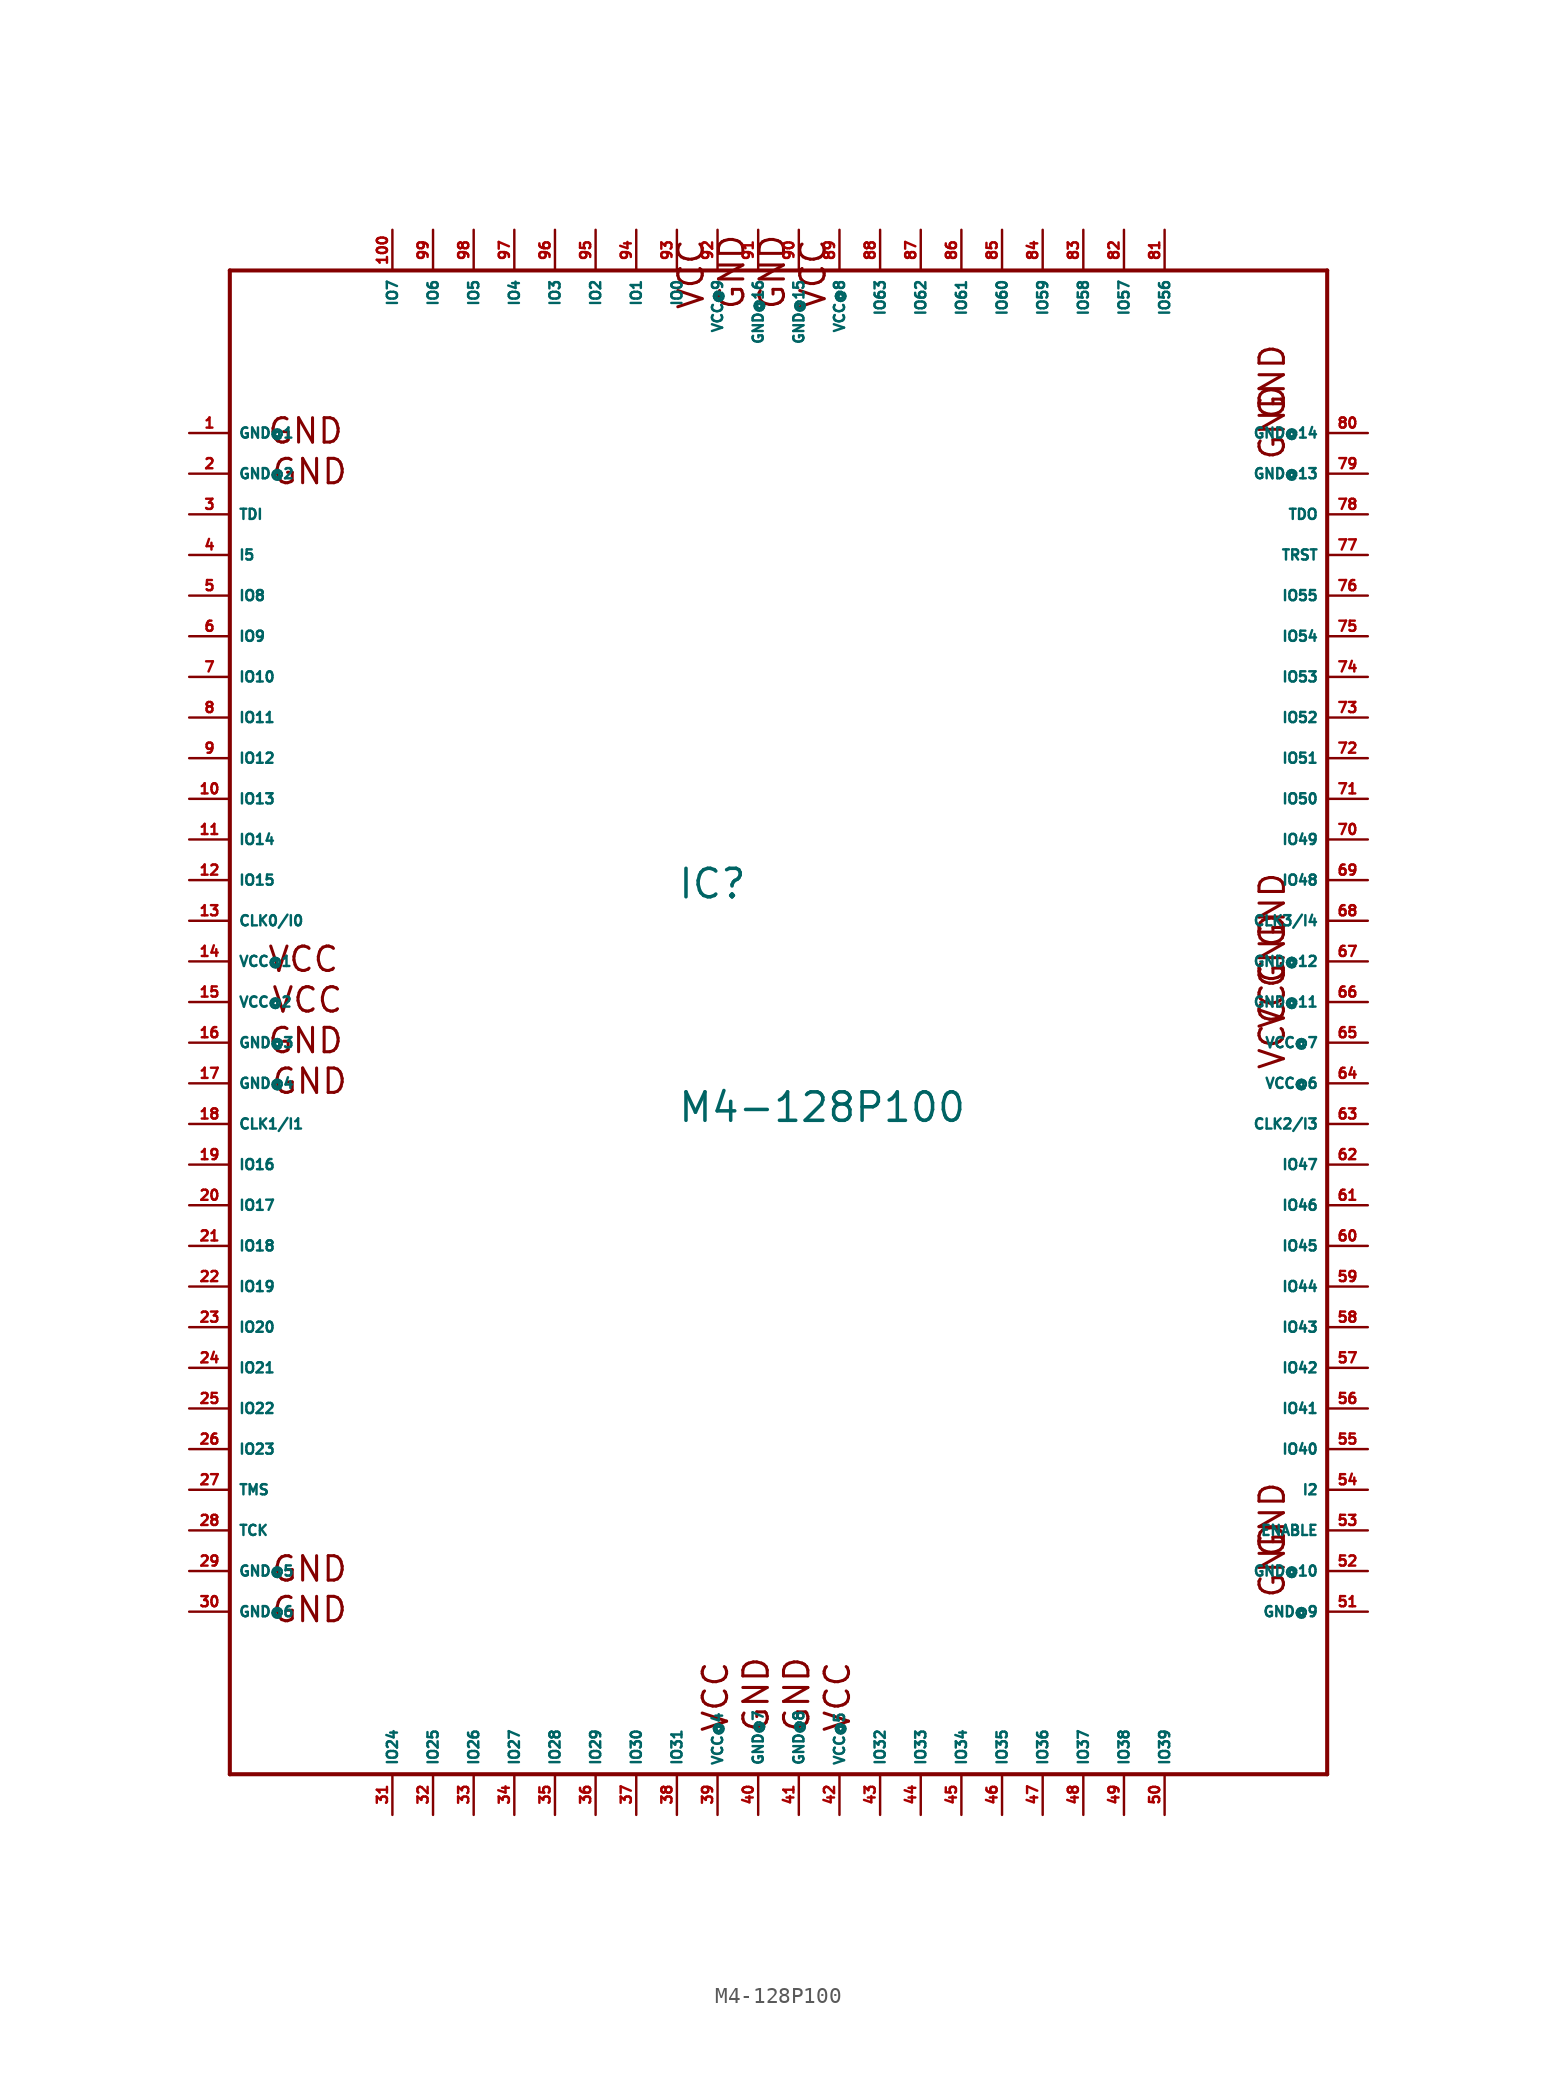
<source format=kicad_sym>
(kicad_symbol_lib
  (version 20220914)
  (generator Eagle2Kicad)
  (symbol "M4-128P100"
    (property "Reference" "IC"
      (at -5.08 6.35 0)
      (effects (font (size 1.778 1.778) (thickness 0.22)) (justify left bottom)))
    (property "Value" "M4-128P100"
      (at -5.08 -7.62 0)
      (effects (font (size 1.778 1.778) (thickness 0.22)) (justify left bottom)))
    (polyline
      (pts (xy -33.02 45.72) (xy -33.02 -48.26))
      (stroke (width 0.254) (type default))
      (fill (type none)))
    (polyline
      (pts (xy -33.02 -48.26) (xy 35.56 -48.26))
      (stroke (width 0.254) (type default))
      (fill (type none)))
    (polyline
      (pts (xy 35.56 -48.26) (xy 35.56 45.72))
      (stroke (width 0.254) (type default))
      (fill (type none)))
    (polyline
      (pts (xy 35.56 45.72) (xy -33.02 45.72))
      (stroke (width 0.254) (type default))
      (fill (type none)))
    (text "GND"
      (at -30.734 34.798 0)
      (effects (font (size 1.524 1.524) (thickness 0.19)) (justify left bottom)))
    (text "GND"
      (at -30.734 -3.302 0)
      (effects (font (size 1.524 1.524) (thickness 0.19)) (justify left bottom)))
    (text "GND"
      (at -30.48 32.258 0)
      (effects (font (size 1.524 1.524) (thickness 0.19)) (justify left bottom)))
    (text "GND"
      (at -30.48 -5.842 0)
      (effects (font (size 1.524 1.524) (thickness 0.19)) (justify left bottom)))
    (text "VCC"
      (at -30.48 -0.762 0)
      (effects (font (size 1.524 1.524) (thickness 0.19)) (justify left bottom)))
    (text "VCC"
      (at -30.734 1.778 0)
      (effects (font (size 1.524 1.524) (thickness 0.19)) (justify left bottom)))
    (text "GND"
      (at -30.48 -36.322 0)
      (effects (font (size 1.524 1.524) (thickness 0.19)) (justify left bottom)))
    (text "GND"
      (at -30.48 -38.862 0)
      (effects (font (size 1.524 1.524) (thickness 0.19)) (justify left bottom)))
    (text "GND"
      (at 0.762 -45.72 900)
      (effects (font (size 1.524 1.524) (thickness 0.19)) (justify left bottom)))
    (text "VCC"
      (at -1.778 -45.72 900)
      (effects (font (size 1.524 1.524) (thickness 0.19)) (justify left bottom)))
    (text "GND"
      (at 33.02 -37.338 1800)
      (effects (font (size 1.524 1.524) (thickness 0.19)) (justify left bottom)))
    (text "GND"
      (at 3.302 -45.72 900)
      (effects (font (size 1.524 1.524) (thickness 0.19)) (justify left bottom)))
    (text "VCC"
      (at 5.842 -45.72 900)
      (effects (font (size 1.524 1.524) (thickness 0.19)) (justify left bottom)))
    (text "GND"
      (at 33.02 -34.798 1800)
      (effects (font (size 1.524 1.524) (thickness 0.19)) (justify left bottom)))
    (text "VCC"
      (at 33.02 -4.318 1800)
      (effects (font (size 1.524 1.524) (thickness 0.19)) (justify left bottom)))
    (text "VCC"
      (at 33.02 -1.778 1800)
      (effects (font (size 1.524 1.524) (thickness 0.19)) (justify left bottom)))
    (text "GND"
      (at 33.02 0.762 1800)
      (effects (font (size 1.524 1.524) (thickness 0.19)) (justify left bottom)))
    (text "GND"
      (at 33.02 3.302 1800)
      (effects (font (size 1.524 1.524) (thickness 0.19)) (justify left bottom)))
    (text "GND"
      (at 33.02 33.782 1800)
      (effects (font (size 1.524 1.524) (thickness 0.19)) (justify left bottom)))
    (text "GND"
      (at 33.02 36.322 1800)
      (effects (font (size 1.524 1.524) (thickness 0.19)) (justify left bottom)))
    (text "GND"
      (at 1.778 43.18 2700)
      (effects (font (size 1.524 1.524) (thickness 0.19)) (justify left bottom)))
    (text "VCC"
      (at 4.318 43.18 2700)
      (effects (font (size 1.524 1.524) (thickness 0.19)) (justify left bottom)))
    (text "GND"
      (at -0.762 43.18 2700)
      (effects (font (size 1.524 1.524) (thickness 0.19)) (justify left bottom)))
    (text "VCC"
      (at -3.302 43.18 2700)
      (effects (font (size 1.524 1.524) (thickness 0.19)) (justify left bottom)))
    (pin input line
      (at -35.56 5.08 0)
      (length 2.54)
      (name "CLK0/I0" (effects (font (size 0.635 0.635) (thickness 0.08)) (justify left bottom)))
      (number "13" (effects (font (size 0.635 0.635) (thickness 0.08)) (justify left bottom))))
    (pin input line
      (at -35.56 -7.62 0)
      (length 2.54)
      (name "CLK1/I1" (effects (font (size 0.635 0.635) (thickness 0.08)) (justify left bottom)))
      (number "18" (effects (font (size 0.635 0.635) (thickness 0.08)) (justify left bottom))))
    (pin input line
      (at -35.56 30.48 0)
      (length 2.54)
      (name "TDI" (effects (font (size 0.635 0.635) (thickness 0.08)) (justify left bottom)))
      (number "3" (effects (font (size 0.635 0.635) (thickness 0.08)) (justify left bottom))))
    (pin input line
      (at -35.56 -33.02 0)
      (length 2.54)
      (name "TCK" (effects (font (size 0.635 0.635) (thickness 0.08)) (justify left bottom)))
      (number "28" (effects (font (size 0.635 0.635) (thickness 0.08)) (justify left bottom))))
    (pin input line
      (at -35.56 -30.48 0)
      (length 2.54)
      (name "TMS" (effects (font (size 0.635 0.635) (thickness 0.08)) (justify left bottom)))
      (number "27" (effects (font (size 0.635 0.635) (thickness 0.08)) (justify left bottom))))
    (pin output line
      (at 38.1 30.48 180)
      (length 2.54)
      (name "TDO" (effects (font (size 0.635 0.635) (thickness 0.08)) (justify left bottom)))
      (number "78" (effects (font (size 0.635 0.635) (thickness 0.08)) (justify left bottom))))
    (pin bidirectional line
      (at -5.08 48.26 270)
      (length 2.54)
      (name "IO0" (effects (font (size 0.635 0.635) (thickness 0.08)) (justify left bottom)))
      (number "93" (effects (font (size 0.635 0.635) (thickness 0.08)) (justify left bottom))))
    (pin bidirectional line
      (at -7.62 48.26 270)
      (length 2.54)
      (name "IO1" (effects (font (size 0.635 0.635) (thickness 0.08)) (justify left bottom)))
      (number "94" (effects (font (size 0.635 0.635) (thickness 0.08)) (justify left bottom))))
    (pin bidirectional line
      (at -10.16 48.26 270)
      (length 2.54)
      (name "IO2" (effects (font (size 0.635 0.635) (thickness 0.08)) (justify left bottom)))
      (number "95" (effects (font (size 0.635 0.635) (thickness 0.08)) (justify left bottom))))
    (pin bidirectional line
      (at -12.7 48.26 270)
      (length 2.54)
      (name "IO3" (effects (font (size 0.635 0.635) (thickness 0.08)) (justify left bottom)))
      (number "96" (effects (font (size 0.635 0.635) (thickness 0.08)) (justify left bottom))))
    (pin bidirectional line
      (at -15.24 48.26 270)
      (length 2.54)
      (name "IO4" (effects (font (size 0.635 0.635) (thickness 0.08)) (justify left bottom)))
      (number "97" (effects (font (size 0.635 0.635) (thickness 0.08)) (justify left bottom))))
    (pin bidirectional line
      (at -17.78 48.26 270)
      (length 2.54)
      (name "IO5" (effects (font (size 0.635 0.635) (thickness 0.08)) (justify left bottom)))
      (number "98" (effects (font (size 0.635 0.635) (thickness 0.08)) (justify left bottom))))
    (pin bidirectional line
      (at -20.32 48.26 270)
      (length 2.54)
      (name "IO6" (effects (font (size 0.635 0.635) (thickness 0.08)) (justify left bottom)))
      (number "99" (effects (font (size 0.635 0.635) (thickness 0.08)) (justify left bottom))))
    (pin bidirectional line
      (at -22.86 48.26 270)
      (length 2.54)
      (name "IO7" (effects (font (size 0.635 0.635) (thickness 0.08)) (justify left bottom)))
      (number "100" (effects (font (size 0.635 0.635) (thickness 0.08)) (justify left bottom))))
    (pin bidirectional line
      (at -35.56 25.4 0)
      (length 2.54)
      (name "IO8" (effects (font (size 0.635 0.635) (thickness 0.08)) (justify left bottom)))
      (number "5" (effects (font (size 0.635 0.635) (thickness 0.08)) (justify left bottom))))
    (pin bidirectional line
      (at -35.56 22.86 0)
      (length 2.54)
      (name "IO9" (effects (font (size 0.635 0.635) (thickness 0.08)) (justify left bottom)))
      (number "6" (effects (font (size 0.635 0.635) (thickness 0.08)) (justify left bottom))))
    (pin bidirectional line
      (at -35.56 20.32 0)
      (length 2.54)
      (name "IO10" (effects (font (size 0.635 0.635) (thickness 0.08)) (justify left bottom)))
      (number "7" (effects (font (size 0.635 0.635) (thickness 0.08)) (justify left bottom))))
    (pin bidirectional line
      (at -35.56 17.78 0)
      (length 2.54)
      (name "IO11" (effects (font (size 0.635 0.635) (thickness 0.08)) (justify left bottom)))
      (number "8" (effects (font (size 0.635 0.635) (thickness 0.08)) (justify left bottom))))
    (pin bidirectional line
      (at -35.56 15.24 0)
      (length 2.54)
      (name "IO12" (effects (font (size 0.635 0.635) (thickness 0.08)) (justify left bottom)))
      (number "9" (effects (font (size 0.635 0.635) (thickness 0.08)) (justify left bottom))))
    (pin bidirectional line
      (at -35.56 12.7 0)
      (length 2.54)
      (name "IO13" (effects (font (size 0.635 0.635) (thickness 0.08)) (justify left bottom)))
      (number "10" (effects (font (size 0.635 0.635) (thickness 0.08)) (justify left bottom))))
    (pin bidirectional line
      (at -35.56 10.16 0)
      (length 2.54)
      (name "IO14" (effects (font (size 0.635 0.635) (thickness 0.08)) (justify left bottom)))
      (number "11" (effects (font (size 0.635 0.635) (thickness 0.08)) (justify left bottom))))
    (pin bidirectional line
      (at -35.56 7.62 0)
      (length 2.54)
      (name "IO15" (effects (font (size 0.635 0.635) (thickness 0.08)) (justify left bottom)))
      (number "12" (effects (font (size 0.635 0.635) (thickness 0.08)) (justify left bottom))))
    (pin bidirectional line
      (at -35.56 -10.16 0)
      (length 2.54)
      (name "IO16" (effects (font (size 0.635 0.635) (thickness 0.08)) (justify left bottom)))
      (number "19" (effects (font (size 0.635 0.635) (thickness 0.08)) (justify left bottom))))
    (pin bidirectional line
      (at -35.56 -12.7 0)
      (length 2.54)
      (name "IO17" (effects (font (size 0.635 0.635) (thickness 0.08)) (justify left bottom)))
      (number "20" (effects (font (size 0.635 0.635) (thickness 0.08)) (justify left bottom))))
    (pin bidirectional line
      (at -35.56 -15.24 0)
      (length 2.54)
      (name "IO18" (effects (font (size 0.635 0.635) (thickness 0.08)) (justify left bottom)))
      (number "21" (effects (font (size 0.635 0.635) (thickness 0.08)) (justify left bottom))))
    (pin bidirectional line
      (at -35.56 -17.78 0)
      (length 2.54)
      (name "IO19" (effects (font (size 0.635 0.635) (thickness 0.08)) (justify left bottom)))
      (number "22" (effects (font (size 0.635 0.635) (thickness 0.08)) (justify left bottom))))
    (pin bidirectional line
      (at -35.56 -20.32 0)
      (length 2.54)
      (name "IO20" (effects (font (size 0.635 0.635) (thickness 0.08)) (justify left bottom)))
      (number "23" (effects (font (size 0.635 0.635) (thickness 0.08)) (justify left bottom))))
    (pin bidirectional line
      (at -35.56 -22.86 0)
      (length 2.54)
      (name "IO21" (effects (font (size 0.635 0.635) (thickness 0.08)) (justify left bottom)))
      (number "24" (effects (font (size 0.635 0.635) (thickness 0.08)) (justify left bottom))))
    (pin bidirectional line
      (at -35.56 -25.4 0)
      (length 2.54)
      (name "IO22" (effects (font (size 0.635 0.635) (thickness 0.08)) (justify left bottom)))
      (number "25" (effects (font (size 0.635 0.635) (thickness 0.08)) (justify left bottom))))
    (pin bidirectional line
      (at -35.56 -27.94 0)
      (length 2.54)
      (name "IO23" (effects (font (size 0.635 0.635) (thickness 0.08)) (justify left bottom)))
      (number "26" (effects (font (size 0.635 0.635) (thickness 0.08)) (justify left bottom))))
    (pin bidirectional line
      (at -22.86 -50.8 90)
      (length 2.54)
      (name "IO24" (effects (font (size 0.635 0.635) (thickness 0.08)) (justify left bottom)))
      (number "31" (effects (font (size 0.635 0.635) (thickness 0.08)) (justify left bottom))))
    (pin bidirectional line
      (at -20.32 -50.8 90)
      (length 2.54)
      (name "IO25" (effects (font (size 0.635 0.635) (thickness 0.08)) (justify left bottom)))
      (number "32" (effects (font (size 0.635 0.635) (thickness 0.08)) (justify left bottom))))
    (pin bidirectional line
      (at -17.78 -50.8 90)
      (length 2.54)
      (name "IO26" (effects (font (size 0.635 0.635) (thickness 0.08)) (justify left bottom)))
      (number "33" (effects (font (size 0.635 0.635) (thickness 0.08)) (justify left bottom))))
    (pin bidirectional line
      (at -15.24 -50.8 90)
      (length 2.54)
      (name "IO27" (effects (font (size 0.635 0.635) (thickness 0.08)) (justify left bottom)))
      (number "34" (effects (font (size 0.635 0.635) (thickness 0.08)) (justify left bottom))))
    (pin bidirectional line
      (at -12.7 -50.8 90)
      (length 2.54)
      (name "IO28" (effects (font (size 0.635 0.635) (thickness 0.08)) (justify left bottom)))
      (number "35" (effects (font (size 0.635 0.635) (thickness 0.08)) (justify left bottom))))
    (pin bidirectional line
      (at -10.16 -50.8 90)
      (length 2.54)
      (name "IO29" (effects (font (size 0.635 0.635) (thickness 0.08)) (justify left bottom)))
      (number "36" (effects (font (size 0.635 0.635) (thickness 0.08)) (justify left bottom))))
    (pin bidirectional line
      (at -7.62 -50.8 90)
      (length 2.54)
      (name "IO30" (effects (font (size 0.635 0.635) (thickness 0.08)) (justify left bottom)))
      (number "37" (effects (font (size 0.635 0.635) (thickness 0.08)) (justify left bottom))))
    (pin bidirectional line
      (at -5.08 -50.8 90)
      (length 2.54)
      (name "IO31" (effects (font (size 0.635 0.635) (thickness 0.08)) (justify left bottom)))
      (number "38" (effects (font (size 0.635 0.635) (thickness 0.08)) (justify left bottom))))
    (pin unspecified line
      (at -35.56 35.56 0)
      (length 2.54)
      (name "GND@1" (effects (font (size 0.635 0.635) (thickness 0.08)) (justify left bottom)))
      (number "1" (effects (font (size 0.635 0.635) (thickness 0.08)) (justify left bottom))))
    (pin unspecified line
      (at -35.56 33.02 0)
      (length 2.54)
      (name "GND@2" (effects (font (size 0.635 0.635) (thickness 0.08)) (justify left bottom)))
      (number "2" (effects (font (size 0.635 0.635) (thickness 0.08)) (justify left bottom))))
    (pin unspecified line
      (at -35.56 -2.54 0)
      (length 2.54)
      (name "GND@3" (effects (font (size 0.635 0.635) (thickness 0.08)) (justify left bottom)))
      (number "16" (effects (font (size 0.635 0.635) (thickness 0.08)) (justify left bottom))))
    (pin unspecified line
      (at -35.56 -5.08 0)
      (length 2.54)
      (name "GND@4" (effects (font (size 0.635 0.635) (thickness 0.08)) (justify left bottom)))
      (number "17" (effects (font (size 0.635 0.635) (thickness 0.08)) (justify left bottom))))
    (pin unspecified line
      (at -35.56 2.54 0)
      (length 2.54)
      (name "VCC@1" (effects (font (size 0.635 0.635) (thickness 0.08)) (justify left bottom)))
      (number "14" (effects (font (size 0.635 0.635) (thickness 0.08)) (justify left bottom))))
    (pin unspecified line
      (at -35.56 0 0)
      (length 2.54)
      (name "VCC@2" (effects (font (size 0.635 0.635) (thickness 0.08)) (justify left bottom)))
      (number "15" (effects (font (size 0.635 0.635) (thickness 0.08)) (justify left bottom))))
    (pin input line
      (at -35.56 27.94 0)
      (length 2.54)
      (name "I5" (effects (font (size 0.635 0.635) (thickness 0.08)) (justify left bottom)))
      (number "4" (effects (font (size 0.635 0.635) (thickness 0.08)) (justify left bottom))))
    (pin bidirectional line
      (at 7.62 -50.8 90)
      (length 2.54)
      (name "IO32" (effects (font (size 0.635 0.635) (thickness 0.08)) (justify left bottom)))
      (number "43" (effects (font (size 0.635 0.635) (thickness 0.08)) (justify left bottom))))
    (pin bidirectional line
      (at 10.16 -50.8 90)
      (length 2.54)
      (name "IO33" (effects (font (size 0.635 0.635) (thickness 0.08)) (justify left bottom)))
      (number "44" (effects (font (size 0.635 0.635) (thickness 0.08)) (justify left bottom))))
    (pin bidirectional line
      (at 12.7 -50.8 90)
      (length 2.54)
      (name "IO34" (effects (font (size 0.635 0.635) (thickness 0.08)) (justify left bottom)))
      (number "45" (effects (font (size 0.635 0.635) (thickness 0.08)) (justify left bottom))))
    (pin bidirectional line
      (at 15.24 -50.8 90)
      (length 2.54)
      (name "IO35" (effects (font (size 0.635 0.635) (thickness 0.08)) (justify left bottom)))
      (number "46" (effects (font (size 0.635 0.635) (thickness 0.08)) (justify left bottom))))
    (pin input line
      (at 38.1 5.08 180)
      (length 2.54)
      (name "CLK3/I4" (effects (font (size 0.635 0.635) (thickness 0.08)) (justify left bottom)))
      (number "68" (effects (font (size 0.635 0.635) (thickness 0.08)) (justify left bottom))))
    (pin unspecified line
      (at -35.56 -35.56 0)
      (length 2.54)
      (name "GND@5" (effects (font (size 0.635 0.635) (thickness 0.08)) (justify left bottom)))
      (number "29" (effects (font (size 0.635 0.635) (thickness 0.08)) (justify left bottom))))
    (pin input line
      (at 38.1 -7.62 180)
      (length 2.54)
      (name "CLK2/I3" (effects (font (size 0.635 0.635) (thickness 0.08)) (justify left bottom)))
      (number "63" (effects (font (size 0.635 0.635) (thickness 0.08)) (justify left bottom))))
    (pin bidirectional line
      (at 17.78 -50.8 90)
      (length 2.54)
      (name "IO36" (effects (font (size 0.635 0.635) (thickness 0.08)) (justify left bottom)))
      (number "47" (effects (font (size 0.635 0.635) (thickness 0.08)) (justify left bottom))))
    (pin bidirectional line
      (at 20.32 -50.8 90)
      (length 2.54)
      (name "IO37" (effects (font (size 0.635 0.635) (thickness 0.08)) (justify left bottom)))
      (number "48" (effects (font (size 0.635 0.635) (thickness 0.08)) (justify left bottom))))
    (pin bidirectional line
      (at 22.86 -50.8 90)
      (length 2.54)
      (name "IO38" (effects (font (size 0.635 0.635) (thickness 0.08)) (justify left bottom)))
      (number "49" (effects (font (size 0.635 0.635) (thickness 0.08)) (justify left bottom))))
    (pin bidirectional line
      (at 25.4 -50.8 90)
      (length 2.54)
      (name "IO39" (effects (font (size 0.635 0.635) (thickness 0.08)) (justify left bottom)))
      (number "50" (effects (font (size 0.635 0.635) (thickness 0.08)) (justify left bottom))))
    (pin bidirectional line
      (at 38.1 -27.94 180)
      (length 2.54)
      (name "IO40" (effects (font (size 0.635 0.635) (thickness 0.08)) (justify left bottom)))
      (number "55" (effects (font (size 0.635 0.635) (thickness 0.08)) (justify left bottom))))
    (pin bidirectional line
      (at 38.1 -25.4 180)
      (length 2.54)
      (name "IO41" (effects (font (size 0.635 0.635) (thickness 0.08)) (justify left bottom)))
      (number "56" (effects (font (size 0.635 0.635) (thickness 0.08)) (justify left bottom))))
    (pin unspecified line
      (at -35.56 -38.1 0)
      (length 2.54)
      (name "GND@6" (effects (font (size 0.635 0.635) (thickness 0.08)) (justify left bottom)))
      (number "30" (effects (font (size 0.635 0.635) (thickness 0.08)) (justify left bottom))))
    (pin bidirectional line
      (at 38.1 -22.86 180)
      (length 2.54)
      (name "IO42" (effects (font (size 0.635 0.635) (thickness 0.08)) (justify left bottom)))
      (number "57" (effects (font (size 0.635 0.635) (thickness 0.08)) (justify left bottom))))
    (pin bidirectional line
      (at 38.1 -20.32 180)
      (length 2.54)
      (name "IO43" (effects (font (size 0.635 0.635) (thickness 0.08)) (justify left bottom)))
      (number "58" (effects (font (size 0.635 0.635) (thickness 0.08)) (justify left bottom))))
    (pin bidirectional line
      (at 38.1 -17.78 180)
      (length 2.54)
      (name "IO44" (effects (font (size 0.635 0.635) (thickness 0.08)) (justify left bottom)))
      (number "59" (effects (font (size 0.635 0.635) (thickness 0.08)) (justify left bottom))))
    (pin bidirectional line
      (at 38.1 -15.24 180)
      (length 2.54)
      (name "IO45" (effects (font (size 0.635 0.635) (thickness 0.08)) (justify left bottom)))
      (number "60" (effects (font (size 0.635 0.635) (thickness 0.08)) (justify left bottom))))
    (pin bidirectional line
      (at 38.1 -12.7 180)
      (length 2.54)
      (name "IO46" (effects (font (size 0.635 0.635) (thickness 0.08)) (justify left bottom)))
      (number "61" (effects (font (size 0.635 0.635) (thickness 0.08)) (justify left bottom))))
    (pin bidirectional line
      (at 38.1 -10.16 180)
      (length 2.54)
      (name "IO47" (effects (font (size 0.635 0.635) (thickness 0.08)) (justify left bottom)))
      (number "62" (effects (font (size 0.635 0.635) (thickness 0.08)) (justify left bottom))))
    (pin input line
      (at 38.1 -30.48 180)
      (length 2.54)
      (name "I2" (effects (font (size 0.635 0.635) (thickness 0.08)) (justify left bottom)))
      (number "54" (effects (font (size 0.635 0.635) (thickness 0.08)) (justify left bottom))))
    (pin unspecified line
      (at 0 -50.8 90)
      (length 2.54)
      (name "GND@7" (effects (font (size 0.635 0.635) (thickness 0.08)) (justify left bottom)))
      (number "40" (effects (font (size 0.635 0.635) (thickness 0.08)) (justify left bottom))))
    (pin unspecified line
      (at -2.54 -50.8 90)
      (length 2.54)
      (name "VCC@4" (effects (font (size 0.635 0.635) (thickness 0.08)) (justify left bottom)))
      (number "39" (effects (font (size 0.635 0.635) (thickness 0.08)) (justify left bottom))))
    (pin unspecified line
      (at 2.54 -50.8 90)
      (length 2.54)
      (name "GND@8" (effects (font (size 0.635 0.635) (thickness 0.08)) (justify left bottom)))
      (number "41" (effects (font (size 0.635 0.635) (thickness 0.08)) (justify left bottom))))
    (pin unspecified line
      (at 38.1 -38.1 180)
      (length 2.54)
      (name "GND@9" (effects (font (size 0.635 0.635) (thickness 0.08)) (justify left bottom)))
      (number "51" (effects (font (size 0.635 0.635) (thickness 0.08)) (justify left bottom))))
    (pin unspecified line
      (at 5.08 -50.8 90)
      (length 2.54)
      (name "VCC@5" (effects (font (size 0.635 0.635) (thickness 0.08)) (justify left bottom)))
      (number "42" (effects (font (size 0.635 0.635) (thickness 0.08)) (justify left bottom))))
    (pin unspecified line
      (at 38.1 -35.56 180)
      (length 2.54)
      (name "GND@10" (effects (font (size 0.635 0.635) (thickness 0.08)) (justify left bottom)))
      (number "52" (effects (font (size 0.635 0.635) (thickness 0.08)) (justify left bottom))))
    (pin input line
      (at 38.1 -33.02 180)
      (length 2.54)
      (name "ENABLE" (effects (font (size 0.635 0.635) (thickness 0.08)) (justify left bottom)))
      (number "53" (effects (font (size 0.635 0.635) (thickness 0.08)) (justify left bottom))))
    (pin unspecified line
      (at 38.1 -5.08 180)
      (length 2.54)
      (name "VCC@6" (effects (font (size 0.635 0.635) (thickness 0.08)) (justify left bottom)))
      (number "64" (effects (font (size 0.635 0.635) (thickness 0.08)) (justify left bottom))))
    (pin unspecified line
      (at 38.1 -2.54 180)
      (length 2.54)
      (name "VCC@7" (effects (font (size 0.635 0.635) (thickness 0.08)) (justify left bottom)))
      (number "65" (effects (font (size 0.635 0.635) (thickness 0.08)) (justify left bottom))))
    (pin unspecified line
      (at 38.1 0 180)
      (length 2.54)
      (name "GND@11" (effects (font (size 0.635 0.635) (thickness 0.08)) (justify left bottom)))
      (number "66" (effects (font (size 0.635 0.635) (thickness 0.08)) (justify left bottom))))
    (pin unspecified line
      (at 38.1 2.54 180)
      (length 2.54)
      (name "GND@12" (effects (font (size 0.635 0.635) (thickness 0.08)) (justify left bottom)))
      (number "67" (effects (font (size 0.635 0.635) (thickness 0.08)) (justify left bottom))))
    (pin bidirectional line
      (at 38.1 7.62 180)
      (length 2.54)
      (name "IO48" (effects (font (size 0.635 0.635) (thickness 0.08)) (justify left bottom)))
      (number "69" (effects (font (size 0.635 0.635) (thickness 0.08)) (justify left bottom))))
    (pin bidirectional line
      (at 38.1 10.16 180)
      (length 2.54)
      (name "IO49" (effects (font (size 0.635 0.635) (thickness 0.08)) (justify left bottom)))
      (number "70" (effects (font (size 0.635 0.635) (thickness 0.08)) (justify left bottom))))
    (pin bidirectional line
      (at 38.1 12.7 180)
      (length 2.54)
      (name "IO50" (effects (font (size 0.635 0.635) (thickness 0.08)) (justify left bottom)))
      (number "71" (effects (font (size 0.635 0.635) (thickness 0.08)) (justify left bottom))))
    (pin bidirectional line
      (at 38.1 15.24 180)
      (length 2.54)
      (name "IO51" (effects (font (size 0.635 0.635) (thickness 0.08)) (justify left bottom)))
      (number "72" (effects (font (size 0.635 0.635) (thickness 0.08)) (justify left bottom))))
    (pin bidirectional line
      (at 38.1 17.78 180)
      (length 2.54)
      (name "IO52" (effects (font (size 0.635 0.635) (thickness 0.08)) (justify left bottom)))
      (number "73" (effects (font (size 0.635 0.635) (thickness 0.08)) (justify left bottom))))
    (pin bidirectional line
      (at 38.1 20.32 180)
      (length 2.54)
      (name "IO53" (effects (font (size 0.635 0.635) (thickness 0.08)) (justify left bottom)))
      (number "74" (effects (font (size 0.635 0.635) (thickness 0.08)) (justify left bottom))))
    (pin bidirectional line
      (at 38.1 22.86 180)
      (length 2.54)
      (name "IO54" (effects (font (size 0.635 0.635) (thickness 0.08)) (justify left bottom)))
      (number "75" (effects (font (size 0.635 0.635) (thickness 0.08)) (justify left bottom))))
    (pin bidirectional line
      (at 38.1 25.4 180)
      (length 2.54)
      (name "IO55" (effects (font (size 0.635 0.635) (thickness 0.08)) (justify left bottom)))
      (number "76" (effects (font (size 0.635 0.635) (thickness 0.08)) (justify left bottom))))
    (pin input line
      (at 38.1 27.94 180)
      (length 2.54)
      (name "TRST" (effects (font (size 0.635 0.635) (thickness 0.08)) (justify left bottom)))
      (number "77" (effects (font (size 0.635 0.635) (thickness 0.08)) (justify left bottom))))
    (pin unspecified line
      (at 38.1 33.02 180)
      (length 2.54)
      (name "GND@13" (effects (font (size 0.635 0.635) (thickness 0.08)) (justify left bottom)))
      (number "79" (effects (font (size 0.635 0.635) (thickness 0.08)) (justify left bottom))))
    (pin unspecified line
      (at 38.1 35.56 180)
      (length 2.54)
      (name "GND@14" (effects (font (size 0.635 0.635) (thickness 0.08)) (justify left bottom)))
      (number "80" (effects (font (size 0.635 0.635) (thickness 0.08)) (justify left bottom))))
    (pin bidirectional line
      (at 25.4 48.26 270)
      (length 2.54)
      (name "IO56" (effects (font (size 0.635 0.635) (thickness 0.08)) (justify left bottom)))
      (number "81" (effects (font (size 0.635 0.635) (thickness 0.08)) (justify left bottom))))
    (pin bidirectional line
      (at 22.86 48.26 270)
      (length 2.54)
      (name "IO57" (effects (font (size 0.635 0.635) (thickness 0.08)) (justify left bottom)))
      (number "82" (effects (font (size 0.635 0.635) (thickness 0.08)) (justify left bottom))))
    (pin bidirectional line
      (at 20.32 48.26 270)
      (length 2.54)
      (name "IO58" (effects (font (size 0.635 0.635) (thickness 0.08)) (justify left bottom)))
      (number "83" (effects (font (size 0.635 0.635) (thickness 0.08)) (justify left bottom))))
    (pin bidirectional line
      (at 17.78 48.26 270)
      (length 2.54)
      (name "IO59" (effects (font (size 0.635 0.635) (thickness 0.08)) (justify left bottom)))
      (number "84" (effects (font (size 0.635 0.635) (thickness 0.08)) (justify left bottom))))
    (pin bidirectional line
      (at 15.24 48.26 270)
      (length 2.54)
      (name "IO60" (effects (font (size 0.635 0.635) (thickness 0.08)) (justify left bottom)))
      (number "85" (effects (font (size 0.635 0.635) (thickness 0.08)) (justify left bottom))))
    (pin bidirectional line
      (at 12.7 48.26 270)
      (length 2.54)
      (name "IO61" (effects (font (size 0.635 0.635) (thickness 0.08)) (justify left bottom)))
      (number "86" (effects (font (size 0.635 0.635) (thickness 0.08)) (justify left bottom))))
    (pin bidirectional line
      (at 10.16 48.26 270)
      (length 2.54)
      (name "IO62" (effects (font (size 0.635 0.635) (thickness 0.08)) (justify left bottom)))
      (number "87" (effects (font (size 0.635 0.635) (thickness 0.08)) (justify left bottom))))
    (pin bidirectional line
      (at 7.62 48.26 270)
      (length 2.54)
      (name "IO63" (effects (font (size 0.635 0.635) (thickness 0.08)) (justify left bottom)))
      (number "88" (effects (font (size 0.635 0.635) (thickness 0.08)) (justify left bottom))))
    (pin unspecified line
      (at 2.54 48.26 270)
      (length 2.54)
      (name "GND@15" (effects (font (size 0.635 0.635) (thickness 0.08)) (justify left bottom)))
      (number "90" (effects (font (size 0.635 0.635) (thickness 0.08)) (justify left bottom))))
    (pin unspecified line
      (at 5.08 48.26 270)
      (length 2.54)
      (name "VCC@8" (effects (font (size 0.635 0.635) (thickness 0.08)) (justify left bottom)))
      (number "89" (effects (font (size 0.635 0.635) (thickness 0.08)) (justify left bottom))))
    (pin unspecified line
      (at 0 48.26 270)
      (length 2.54)
      (name "GND@16" (effects (font (size 0.635 0.635) (thickness 0.08)) (justify left bottom)))
      (number "91" (effects (font (size 0.635 0.635) (thickness 0.08)) (justify left bottom))))
    (pin unspecified line
      (at -2.54 48.26 270)
      (length 2.54)
      (name "VCC@9" (effects (font (size 0.635 0.635) (thickness 0.08)) (justify left bottom)))
      (number "92" (effects (font (size 0.635 0.635) (thickness 0.08)) (justify left bottom))))))
</source>
